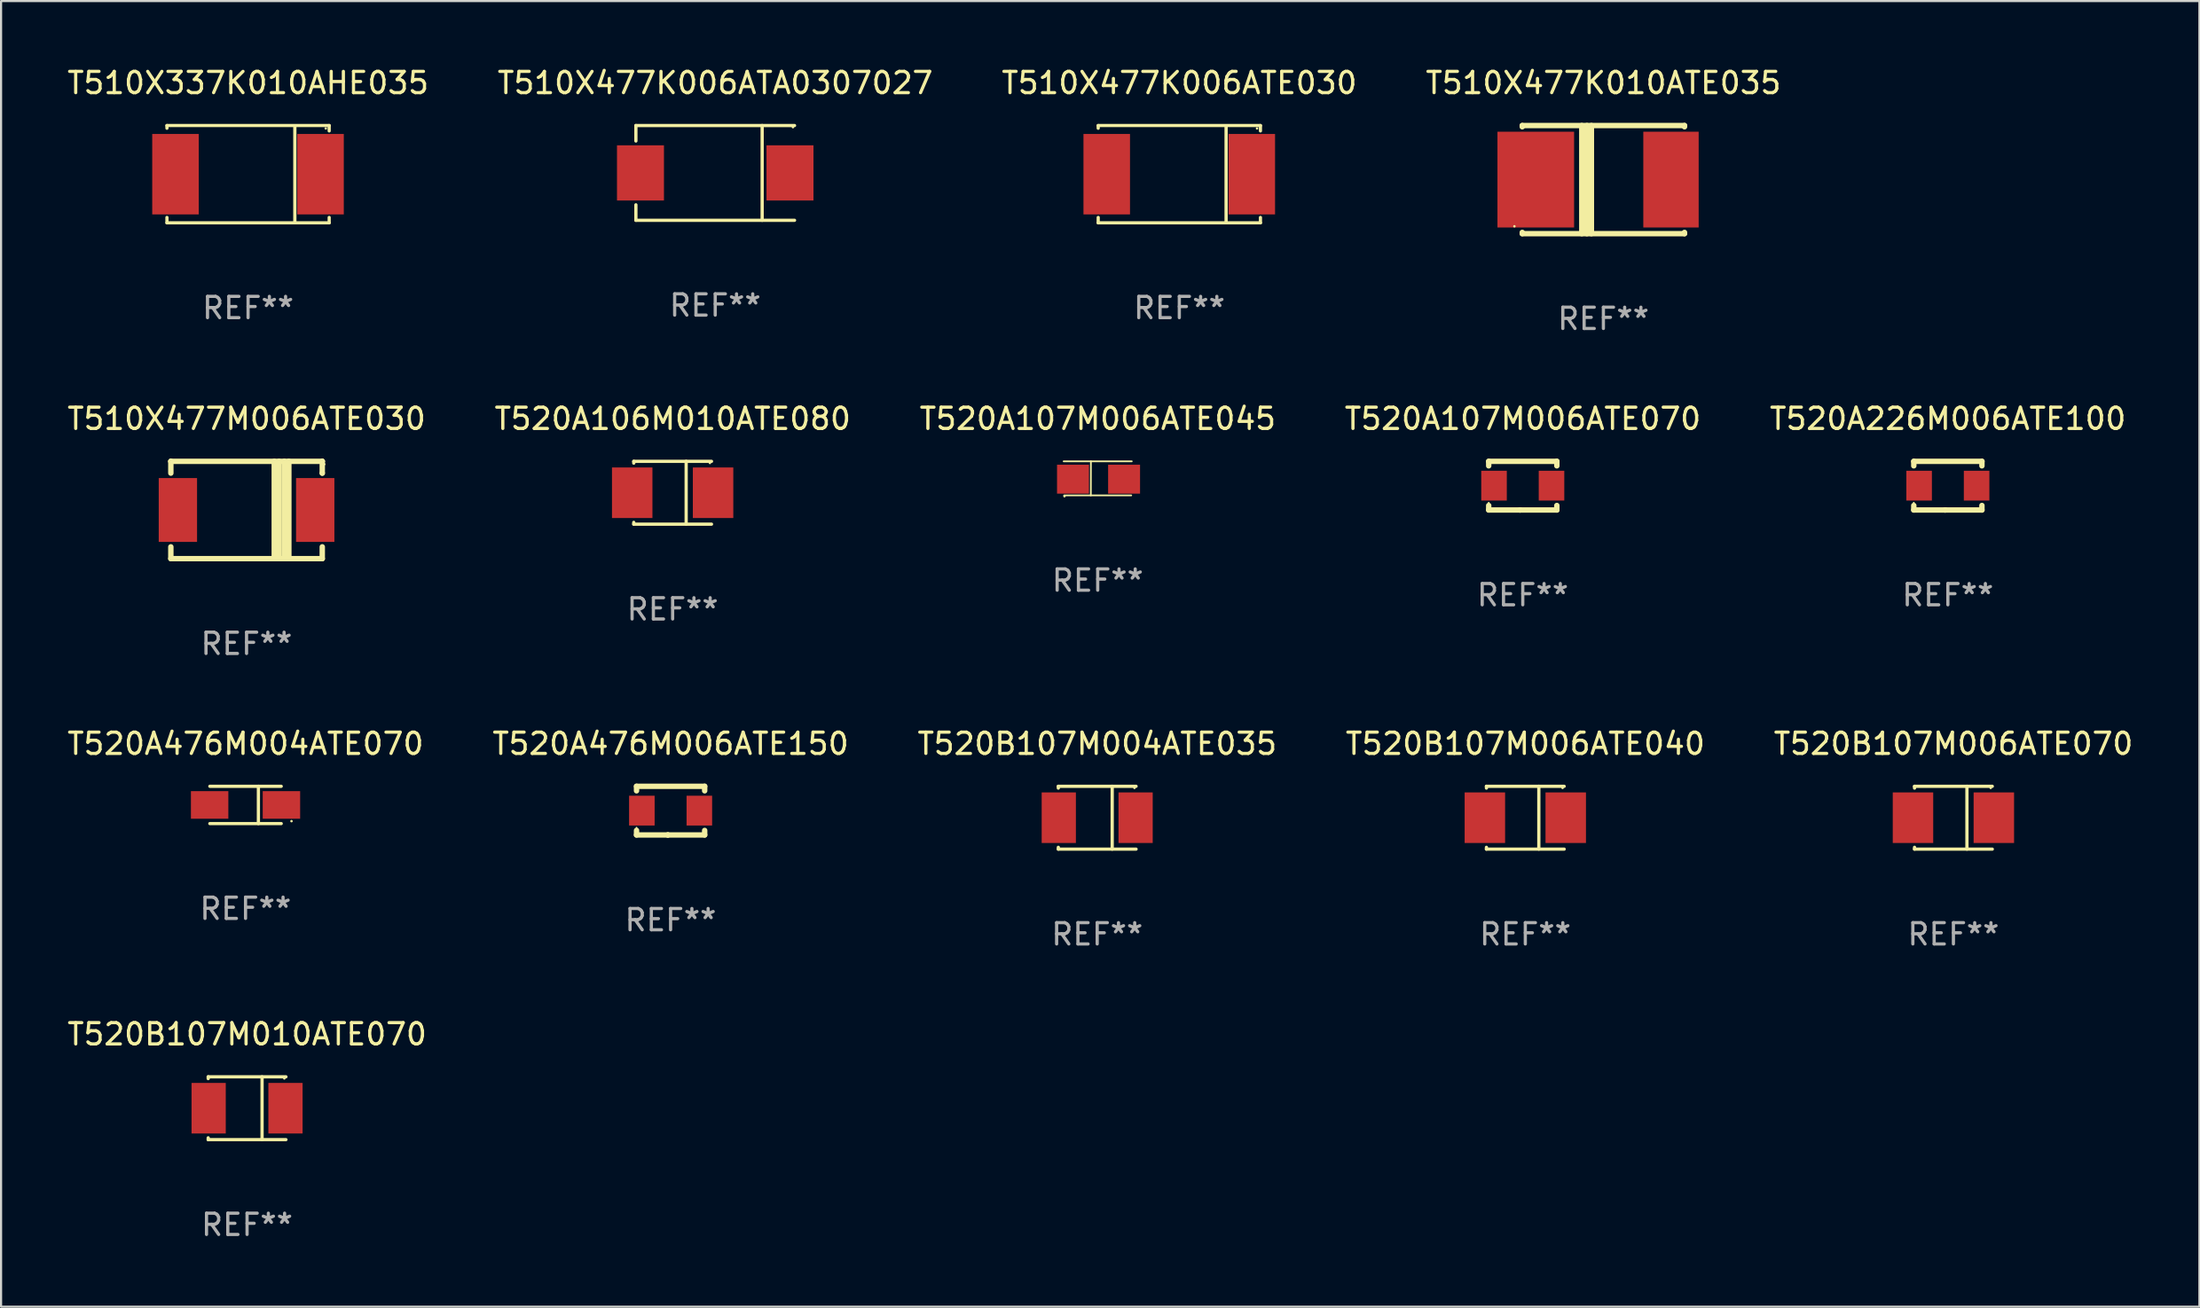
<source format=kicad_pcb>
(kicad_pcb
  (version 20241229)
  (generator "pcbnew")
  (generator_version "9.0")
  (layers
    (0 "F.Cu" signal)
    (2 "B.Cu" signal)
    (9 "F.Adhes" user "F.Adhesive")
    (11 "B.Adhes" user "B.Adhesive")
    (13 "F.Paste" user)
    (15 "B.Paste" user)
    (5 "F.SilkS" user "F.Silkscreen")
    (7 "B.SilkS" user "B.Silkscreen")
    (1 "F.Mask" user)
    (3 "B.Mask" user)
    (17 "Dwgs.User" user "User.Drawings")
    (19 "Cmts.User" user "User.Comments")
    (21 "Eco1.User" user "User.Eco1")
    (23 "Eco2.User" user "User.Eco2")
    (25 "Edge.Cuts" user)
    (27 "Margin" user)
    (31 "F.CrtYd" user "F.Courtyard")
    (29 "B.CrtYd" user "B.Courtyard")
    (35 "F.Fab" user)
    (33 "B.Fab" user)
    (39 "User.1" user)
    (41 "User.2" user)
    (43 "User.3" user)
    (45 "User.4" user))
  (footprint "T520A107M006ATE070"
    (layer "F.Cu")
    (at 68.47 19.768)
    (property "Reference" "T520A107M006ATE070" (at 0 -3.143 0) (layer "F.SilkS") (effects (font (size 1 1) (thickness 0.15))))
    (attr through_hole)
    (fp_line (start -1.6 1.143) (end -0.128 1.143) (stroke (width 0.254) (type solid)) (layer "F.SilkS"))
    (fp_line (start -1.6 -1.143) (end -1.6 -0.931) (stroke (width 0.254) (type solid)) (layer "F.SilkS"))
    (fp_line (start -1.6 -1.143) (end 1.6 -1.143) (stroke (width 0.254) (type solid)) (layer "F.SilkS"))
    (fp_line (start -1.6 0.931) (end -1.6 1.143) (stroke (width 0.254) (type solid)) (layer "F.SilkS"))
    (fp_line (start -0.128 1.143) (end -0.128 1.143) (stroke (width 0.254) (type solid)) (layer "F.SilkS"))
    (fp_line (start -0.128 1.143) (end 1.6 1.143) (stroke (width 0.254) (type solid)) (layer "F.SilkS"))
    (fp_line (start 1.6 -1.143) (end 1.6 -0.931) (stroke (width 0.254) (type solid)) (layer "F.SilkS"))
    (fp_line (start 1.6 0.931) (end 1.6 1.143) (stroke (width 0.254) (type solid)) (layer "F.SilkS"))
    (fp_circle (center -1.6 0.8) (end -1.58 0.8) (stroke (width 0.04) (type solid)) (fill no) (layer "F.SilkS"))
    (fp_text user "REF**" (at 0 5.143 0) (layer "F.Fab") (effects (font (size 1 1) (thickness 0.15))))
    (pad "1" smd rect (at -1.35 0) (size 1.2 1.4) (layers "F.Cu" "F.Mask" "F.Paste"))
    (pad "2" smd rect (at 1.35 0) (size 1.2 1.4) (layers "F.Cu" "F.Mask" "F.Paste")))
  (footprint "T520B107M004ATE035"
    (layer "F.Cu")
    (at 48.482 35.369)
    (property "Reference" "T520B107M004ATE035" (at 0 -3.476 0) (layer "F.SilkS") (effects (font (size 1 1) (thickness 0.15))))
    (attr through_hole)
    (fp_line (start -1.826 -1.476) (end -1.826 -1.391) (stroke (width 0.152) (type solid)) (layer "F.SilkS"))
    (fp_line (start -1.826 -1.476) (end 1.826 -1.476) (stroke (width 0.152) (type solid)) (layer "F.SilkS"))
    (fp_line (start -1.826 1.476) (end -1.826 1.391) (stroke (width 0.152) (type solid)) (layer "F.SilkS"))
    (fp_line (start -1.826 1.476) (end 1.826 1.476) (stroke (width 0.152) (type solid)) (layer "F.SilkS"))
    (fp_line (start 0.704 -1.476) (end 0.704 1.476) (stroke (width 0.152) (type solid)) (layer "F.SilkS"))
    (fp_circle (center 1.75 -1.4) (end 1.78 -1.4) (stroke (width 0.06) (type solid)) (fill no) (layer "F.SilkS"))
    (fp_text user "REF**" (at 0 5.476 0) (layer "F.Fab") (effects (font (size 1 1) (thickness 0.15))))
    (pad "1" smd rect (at 1.804 0) (size 1.607 2.376) (layers "F.Cu" "F.Mask" "F.Paste"))
    (pad "2" smd rect (at -1.804 0) (size 1.607 2.376) (layers "F.Cu" "F.Mask" "F.Paste")))
  (footprint "T510X477K006ATA0307027"
    (layer "F.Cu")
    (at 30.542 5.074)
    (property "Reference" "T510X477K006ATA0307027" (at 0 -4.226 0) (layer "F.SilkS") (effects (font (size 1 1) (thickness 0.15))))
    (attr through_hole)
    (fp_line (start -3.726 -2.226) (end -3.726 -1.499) (stroke (width 0.152) (type solid)) (layer "F.SilkS"))
    (fp_line (start -3.726 -2.226) (end 3.726 -2.226) (stroke (width 0.152) (type solid)) (layer "F.SilkS"))
    (fp_line (start -3.726 2.226) (end -3.726 1.499) (stroke (width 0.152) (type solid)) (layer "F.SilkS"))
    (fp_line (start -3.726 2.226) (end 3.726 2.226) (stroke (width 0.152) (type solid)) (layer "F.SilkS"))
    (fp_line (start 2.204 -2.226) (end 2.204 2.226) (stroke (width 0.152) (type solid)) (layer "F.SilkS"))
    (fp_circle (center 3.65 -2.15) (end 3.68 -2.15) (stroke (width 0.06) (type solid)) (fill no) (layer "F.SilkS"))
    (fp_text user "REF**" (at 0 6.226 0) (layer "F.Fab") (effects (font (size 1 1) (thickness 0.15))))
    (pad "1" smd rect (at 3.511 0) (size 2.207 2.592) (layers "F.Cu" "F.Mask" "F.Paste"))
    (pad "2" smd rect (at -3.511 0) (size 2.207 2.592) (layers "F.Cu" "F.Mask" "F.Paste")))
  (footprint "T520A476M004ATE070"
    (layer "F.Cu")
    (at 8.482 34.769)
    (property "Reference" "T520A476M004ATE070" (at 0 -2.876 0) (layer "F.SilkS") (effects (font (size 1 1) (thickness 0.15))))
    (attr through_hole)
    (fp_line (start -1.676 -0.876) (end 1.676 -0.876) (stroke (width 0.152) (type solid)) (layer "F.SilkS"))
    (fp_line (start -1.676 0.876) (end 1.676 0.876) (stroke (width 0.152) (type solid)) (layer "F.SilkS"))
    (fp_line (start 0.604 -0.876) (end 0.604 0.876) (stroke (width 0.152) (type solid)) (layer "F.SilkS"))
    (fp_circle (center 2.159 0.762) (end 2.189 0.762) (stroke (width 0.06) (type solid)) (fill no) (layer "F.SilkS"))
    (fp_text user "REF**" (at 0 4.876 0) (layer "F.Fab") (effects (font (size 1 1) (thickness 0.15))))
    (pad "1" smd rect (at 1.686 0) (size 1.758 1.296) (layers "F.Cu" "F.Mask" "F.Paste"))
    (pad "2" smd rect (at -1.686 0) (size 1.758 1.296) (layers "F.Cu" "F.Mask" "F.Paste")))
  (footprint "T520B107M006ATE040"
    (layer "F.Cu")
    (at 68.589 35.369)
    (property "Reference" "T520B107M006ATE040" (at 0 -3.476 0) (layer "F.SilkS") (effects (font (size 1 1) (thickness 0.15))))
    (attr through_hole)
    (fp_line (start -1.826 -1.476) (end -1.826 -1.391) (stroke (width 0.152) (type solid)) (layer "F.SilkS"))
    (fp_line (start -1.826 -1.476) (end 1.826 -1.476) (stroke (width 0.152) (type solid)) (layer "F.SilkS"))
    (fp_line (start -1.826 1.476) (end -1.826 1.391) (stroke (width 0.152) (type solid)) (layer "F.SilkS"))
    (fp_line (start -1.826 1.476) (end 1.826 1.476) (stroke (width 0.152) (type solid)) (layer "F.SilkS"))
    (fp_line (start 0.635 -1.476) (end 0.635 1.476) (stroke (width 0.152) (type solid)) (layer "F.SilkS"))
    (fp_circle (center 1.75 -1.4) (end 1.78 -1.4) (stroke (width 0.06) (type solid)) (fill no) (layer "F.SilkS"))
    (fp_text user "REF**" (at 0 5.476 0) (layer "F.Fab") (effects (font (size 1 1) (thickness 0.15))))
    (pad "1" smd rect (at 1.899 0) (size 1.9 2.376) (layers "F.Cu" "F.Mask" "F.Paste"))
    (pad "2" smd rect (at -1.899 0) (size 1.9 2.376) (layers "F.Cu" "F.Mask" "F.Paste")))
  (footprint "T510X477M006ATE030"
    (layer "F.Cu")
    (at 8.53 20.911)
    (property "Reference" "T510X477M006ATE030" (at 0 -4.286 0) (layer "F.SilkS") (effects (font (size 1 1) (thickness 0.15))))
    (attr through_hole)
    (fp_line (start -3.556 -2.286) (end -3.556 -2.286) (stroke (width 0.254) (type solid)) (layer "F.SilkS"))
    (fp_line (start -3.556 -2.286) (end 3.556 -2.286) (stroke (width 0.254) (type solid)) (layer "F.SilkS"))
    (fp_line (start -3.556 -1.731) (end -3.556 -2.286) (stroke (width 0.254) (type solid)) (layer "F.SilkS"))
    (fp_line (start -3.556 2.286) (end -3.556 1.731) (stroke (width 0.254) (type solid)) (layer "F.SilkS"))
    (fp_line (start 1.301 2.286) (end 1.301 -2.286) (stroke (width 0.254) (type solid)) (layer "F.SilkS"))
    (fp_line (start 1.529 -2.286) (end 1.529 2.286) (stroke (width 0.254) (type solid)) (layer "F.SilkS"))
    (fp_line (start 1.77 2.286) (end 1.77 -2.286) (stroke (width 0.254) (type solid)) (layer "F.SilkS"))
    (fp_line (start 1.986 -2.286) (end 1.986 2.286) (stroke (width 0.254) (type solid)) (layer "F.SilkS"))
    (fp_line (start 3.556 -2.286) (end 3.556 -2.286) (stroke (width 0.254) (type solid)) (layer "F.SilkS"))
    (fp_line (start 3.556 -2.286) (end 3.556 -1.732) (stroke (width 0.254) (type solid)) (layer "F.SilkS"))
    (fp_line (start 3.556 -1.732) (end 3.556 -1.731) (stroke (width 0.254) (type solid)) (layer "F.SilkS"))
    (fp_line (start 3.556 1.731) (end 3.556 2.286) (stroke (width 0.254) (type solid)) (layer "F.SilkS"))
    (fp_line (start 3.556 2.286) (end -3.556 2.286) (stroke (width 0.254) (type solid)) (layer "F.SilkS"))
    (fp_circle (center 3.65 -2.15) (end 3.68 -2.15) (stroke (width 0.06) (type solid)) (fill no) (layer "F.SilkS"))
    (fp_text user "REF**" (at 0 6.286 0) (layer "F.Fab") (effects (font (size 1 1) (thickness 0.15))))
    (pad "1" smd rect (at 3.225 0) (size 1.8 3) (layers "F.Cu" "F.Mask" "F.Paste"))
    (pad "2" smd rect (at -3.225 0) (size 1.8 3) (layers "F.Cu" "F.Mask" "F.Paste")))
  (footprint "T510X477K006ATE030"
    (layer "F.Cu")
    (at 52.339 5.134)
    (property "Reference" "T510X477K006ATE030" (at 0 -4.286 0) (layer "F.SilkS") (effects (font (size 1 1) (thickness 0.15))))
    (attr through_hole)
    (fp_line (start -3.81 -2.286) (end -3.81 -2.159) (stroke (width 0.15) (type solid)) (layer "F.SilkS"))
    (fp_line (start -3.81 2.032) (end -3.81 2.286) (stroke (width 0.15) (type solid)) (layer "F.SilkS"))
    (fp_line (start -3.81 2.286) (end 3.81 2.286) (stroke (width 0.15) (type solid)) (layer "F.SilkS"))
    (fp_line (start 2.197 -2.226) (end 2.197 2.226) (stroke (width 0.152) (type solid)) (layer "F.SilkS"))
    (fp_line (start 3.81 -2.286) (end -3.81 -2.286) (stroke (width 0.15) (type solid)) (layer "F.SilkS"))
    (fp_line (start 3.81 -2.032) (end 3.81 -2.286) (stroke (width 0.15) (type solid)) (layer "F.SilkS"))
    (fp_line (start 3.81 2.286) (end 3.81 2.032) (stroke (width 0.15) (type solid)) (layer "F.SilkS"))
    (fp_circle (center 3.65 -2.15) (end 3.68 -2.15) (stroke (width 0.06) (type solid)) (fill no) (layer "F.SilkS"))
    (fp_text user "REF**" (at 0 6.286 0) (layer "F.Fab") (effects (font (size 1 1) (thickness 0.15))))
    (pad "1" smd rect (at 3.404 0 180) (size 2.185 3.78) (layers "F.Cu" "F.Mask" "F.Paste"))
    (pad "2" smd rect (at -3.409 0 180) (size 2.185 3.78) (layers "F.Cu" "F.Mask" "F.Paste")))
  (footprint "T520A107M006ATE045"
    (layer "F.Cu")
    (at 48.506 19.425)
    (property "Reference" "T520A107M006ATE045" (at 0 -2.8 0) (layer "F.SilkS") (effects (font (size 1 1) (thickness 0.15))))
    (attr through_hole)
    (fp_line (start -1.6 -0.8) (end 1.6 -0.8) (stroke (width 0.08) (type solid)) (layer "F.SilkS"))
    (fp_line (start -1.575 0.8) (end 1.575 0.8) (stroke (width 0.08) (type solid)) (layer "F.SilkS"))
    (fp_line (start -0.323 0.8) (end -0.32 -0.8) (stroke (width 0.08) (type solid)) (layer "F.SilkS"))
    (fp_circle (center -1.561 0.838) (end -1.531 0.838) (stroke (width 0.06) (type solid)) (fill no) (layer "F.SilkS"))
    (fp_text user "REF**" (at 0 4.8 0) (layer "F.Fab") (effects (font (size 1 1) (thickness 0.15))))
    (pad "1" smd rect (at -1.161 0.038) (size 1.5 1.359) (layers "F.Cu" "F.Mask" "F.Paste"))
    (pad "2" smd rect (at 1.239 0.038) (size 1.5 1.359) (layers "F.Cu" "F.Mask" "F.Paste")))
  (footprint "T520A106M010ATE080"
    (layer "F.Cu")
    (at 28.542 20.101)
    (property "Reference" "T520A106M010ATE080" (at 0 -3.476 0) (layer "F.SilkS") (effects (font (size 1 1) (thickness 0.15))))
    (attr through_hole)
    (fp_line (start -1.826 -1.476) (end -1.826 -1.391) (stroke (width 0.152) (type solid)) (layer "F.SilkS"))
    (fp_line (start -1.826 -1.476) (end 1.826 -1.476) (stroke (width 0.152) (type solid)) (layer "F.SilkS"))
    (fp_line (start -1.826 1.476) (end -1.826 1.391) (stroke (width 0.152) (type solid)) (layer "F.SilkS"))
    (fp_line (start -1.826 1.476) (end 1.826 1.476) (stroke (width 0.152) (type solid)) (layer "F.SilkS"))
    (fp_line (start 0.635 -1.476) (end 0.635 1.476) (stroke (width 0.152) (type solid)) (layer "F.SilkS"))
    (fp_circle (center 1.75 -1.4) (end 1.78 -1.4) (stroke (width 0.06) (type solid)) (fill no) (layer "F.SilkS"))
    (fp_text user "REF**" (at 0 5.476 0) (layer "F.Fab") (effects (font (size 1 1) (thickness 0.15))))
    (pad "1" smd rect (at 1.899 0) (size 1.9 2.376) (layers "F.Cu" "F.Mask" "F.Paste"))
    (pad "2" smd rect (at -1.899 0) (size 1.9 2.376) (layers "F.Cu" "F.Mask" "F.Paste")))
  (footprint "T520B107M010ATE070"
    (layer "F.Cu")
    (at 8.554 49.018)
    (property "Reference" "T520B107M010ATE070" (at 0 -3.476 0) (layer "F.SilkS") (effects (font (size 1 1) (thickness 0.15))))
    (attr through_hole)
    (fp_line (start -1.826 -1.476) (end -1.826 -1.391) (stroke (width 0.152) (type solid)) (layer "F.SilkS"))
    (fp_line (start -1.826 -1.476) (end 1.826 -1.476) (stroke (width 0.152) (type solid)) (layer "F.SilkS"))
    (fp_line (start -1.826 1.476) (end -1.826 1.391) (stroke (width 0.152) (type solid)) (layer "F.SilkS"))
    (fp_line (start -1.826 1.476) (end 1.826 1.476) (stroke (width 0.152) (type solid)) (layer "F.SilkS"))
    (fp_line (start 0.704 -1.476) (end 0.704 1.476) (stroke (width 0.152) (type solid)) (layer "F.SilkS"))
    (fp_circle (center 1.75 -1.4) (end 1.78 -1.4) (stroke (width 0.06) (type solid)) (fill no) (layer "F.SilkS"))
    (fp_text user "REF**" (at 0 5.476 0) (layer "F.Fab") (effects (font (size 1 1) (thickness 0.15))))
    (pad "1" smd rect (at 1.804 0) (size 1.607 2.376) (layers "F.Cu" "F.Mask" "F.Paste"))
    (pad "2" smd rect (at -1.804 0) (size 1.607 2.376) (layers "F.Cu" "F.Mask" "F.Paste")))
  (footprint "T510X477K010ATE035"
    (layer "F.Cu")
    (at 72.256 5.388)
    (property "Reference" "T510X477K010ATE035" (at 0 -4.54 0) (layer "F.SilkS") (effects (font (size 1 1) (thickness 0.15))))
    (attr through_hole)
    (fp_line (start -3.81 -2.54) (end -3.81 -2.481) (stroke (width 0.254) (type solid)) (layer "F.SilkS"))
    (fp_line (start -3.81 -2.54) (end 3.81 -2.54) (stroke (width 0.254) (type solid)) (layer "F.SilkS"))
    (fp_line (start -3.81 2.481) (end -3.81 2.54) (stroke (width 0.254) (type solid)) (layer "F.SilkS"))
    (fp_line (start -3.81 2.54) (end 3.81 2.54) (stroke (width 0.254) (type solid)) (layer "F.SilkS"))
    (fp_line (start -1.014 -2.54) (end -1.014 2.54) (stroke (width 0.254) (type solid)) (layer "F.SilkS"))
    (fp_line (start -0.774 -2.54) (end -0.774 2.54) (stroke (width 0.254) (type solid)) (layer "F.SilkS"))
    (fp_line (start -0.563 -2.54) (end -0.563 2.54) (stroke (width 0.254) (type solid)) (layer "F.SilkS"))
    (fp_line (start 3.81 -2.481) (end 3.81 -2.54) (stroke (width 0.254) (type solid)) (layer "F.SilkS"))
    (fp_line (start 3.81 2.54) (end 3.81 2.481) (stroke (width 0.254) (type solid)) (layer "F.SilkS"))
    (fp_circle (center -4.179 2.194) (end -4.149 2.194) (stroke (width 0.06) (type solid)) (fill no) (layer "F.SilkS"))
    (fp_text user "REF**" (at 0 6.54 0) (layer "F.Fab") (effects (font (size 1 1) (thickness 0.15))))
    (pad "1" smd rect (at -3.175 0.000076) (size 3.6 4.5) (layers "F.Cu" "F.Mask" "F.Paste"))
    (pad "2" smd rect (at 3.175 0.000076) (size 2.6 4.5) (layers "F.Cu" "F.Mask" "F.Paste")))
  (footprint "T520A226M006ATE100"
    (layer "F.Cu")
    (at 88.435 19.768)
    (property "Reference" "T520A226M006ATE100" (at 0 -3.143 0) (layer "F.SilkS") (effects (font (size 1 1) (thickness 0.15))))
    (attr through_hole)
    (fp_line (start -1.6 1.143) (end -0.128 1.143) (stroke (width 0.254) (type solid)) (layer "F.SilkS"))
    (fp_line (start -1.6 -1.143) (end -1.6 -0.931) (stroke (width 0.254) (type solid)) (layer "F.SilkS"))
    (fp_line (start -1.6 -1.143) (end 1.6 -1.143) (stroke (width 0.254) (type solid)) (layer "F.SilkS"))
    (fp_line (start -1.6 0.931) (end -1.6 1.143) (stroke (width 0.254) (type solid)) (layer "F.SilkS"))
    (fp_line (start -0.128 1.143) (end -0.128 1.143) (stroke (width 0.254) (type solid)) (layer "F.SilkS"))
    (fp_line (start -0.128 1.143) (end 1.6 1.143) (stroke (width 0.254) (type solid)) (layer "F.SilkS"))
    (fp_line (start 1.6 -1.143) (end 1.6 -0.931) (stroke (width 0.254) (type solid)) (layer "F.SilkS"))
    (fp_line (start 1.6 0.931) (end 1.6 1.143) (stroke (width 0.254) (type solid)) (layer "F.SilkS"))
    (fp_circle (center -1.6 0.8) (end -1.58 0.8) (stroke (width 0.04) (type solid)) (fill no) (layer "F.SilkS"))
    (fp_text user "REF**" (at 0 5.143 0) (layer "F.Fab") (effects (font (size 1 1) (thickness 0.15))))
    (pad "1" smd rect (at -1.35 0) (size 1.2 1.4) (layers "F.Cu" "F.Mask" "F.Paste"))
    (pad "2" smd rect (at 1.35 0) (size 1.2 1.4) (layers "F.Cu" "F.Mask" "F.Paste")))
  (footprint "T520A476M006ATE150"
    (layer "F.Cu")
    (at 28.446 35.036)
    (property "Reference" "T520A476M006ATE150" (at 0 -3.143 0) (layer "F.SilkS") (effects (font (size 1 1) (thickness 0.15))))
    (attr through_hole)
    (fp_line (start -1.6 1.143) (end -0.128 1.143) (stroke (width 0.254) (type solid)) (layer "F.SilkS"))
    (fp_line (start -1.6 -1.143) (end -1.6 -0.931) (stroke (width 0.254) (type solid)) (layer "F.SilkS"))
    (fp_line (start -1.6 -1.143) (end 1.6 -1.143) (stroke (width 0.254) (type solid)) (layer "F.SilkS"))
    (fp_line (start -1.6 0.931) (end -1.6 1.143) (stroke (width 0.254) (type solid)) (layer "F.SilkS"))
    (fp_line (start -0.128 1.143) (end -0.128 1.143) (stroke (width 0.254) (type solid)) (layer "F.SilkS"))
    (fp_line (start -0.128 1.143) (end 1.6 1.143) (stroke (width 0.254) (type solid)) (layer "F.SilkS"))
    (fp_line (start 1.6 -1.143) (end 1.6 -0.931) (stroke (width 0.254) (type solid)) (layer "F.SilkS"))
    (fp_line (start 1.6 0.931) (end 1.6 1.143) (stroke (width 0.254) (type solid)) (layer "F.SilkS"))
    (fp_circle (center -1.6 0.8) (end -1.58 0.8) (stroke (width 0.04) (type solid)) (fill no) (layer "F.SilkS"))
    (fp_text user "REF**" (at 0 5.143 0) (layer "F.Fab") (effects (font (size 1 1) (thickness 0.15))))
    (pad "1" smd rect (at -1.35 0) (size 1.2 1.4) (layers "F.Cu" "F.Mask" "F.Paste"))
    (pad "2" smd rect (at 1.35 0) (size 1.2 1.4) (layers "F.Cu" "F.Mask" "F.Paste")))
  (footprint "T520B107M006ATE070"
    (layer "F.Cu")
    (at 88.696 35.369)
    (property "Reference" "T520B107M006ATE070" (at 0 -3.476 0) (layer "F.SilkS") (effects (font (size 1 1) (thickness 0.15))))
    (attr through_hole)
    (fp_line (start -1.826 -1.476) (end -1.826 -1.391) (stroke (width 0.152) (type solid)) (layer "F.SilkS"))
    (fp_line (start -1.826 -1.476) (end 1.826 -1.476) (stroke (width 0.152) (type solid)) (layer "F.SilkS"))
    (fp_line (start -1.826 1.476) (end -1.826 1.391) (stroke (width 0.152) (type solid)) (layer "F.SilkS"))
    (fp_line (start -1.826 1.476) (end 1.826 1.476) (stroke (width 0.152) (type solid)) (layer "F.SilkS"))
    (fp_line (start 0.635 -1.476) (end 0.635 1.476) (stroke (width 0.152) (type solid)) (layer "F.SilkS"))
    (fp_circle (center 1.75 -1.4) (end 1.78 -1.4) (stroke (width 0.06) (type solid)) (fill no) (layer "F.SilkS"))
    (fp_text user "REF**" (at 0 5.476 0) (layer "F.Fab") (effects (font (size 1 1) (thickness 0.15))))
    (pad "1" smd rect (at 1.899 0) (size 1.9 2.376) (layers "F.Cu" "F.Mask" "F.Paste"))
    (pad "2" smd rect (at -1.899 0) (size 1.9 2.376) (layers "F.Cu" "F.Mask" "F.Paste")))
  (footprint "T510X337K010AHE035"
    (layer "F.Cu")
    (at 8.601 5.134)
    (property "Reference" "T510X337K010AHE035" (at 0 -4.286 0) (layer "F.SilkS") (effects (font (size 1 1) (thickness 0.15))))
    (attr through_hole)
    (fp_line (start -3.81 -2.286) (end -3.81 -2.159) (stroke (width 0.15) (type solid)) (layer "F.SilkS"))
    (fp_line (start -3.81 2.032) (end -3.81 2.286) (stroke (width 0.15) (type solid)) (layer "F.SilkS"))
    (fp_line (start -3.81 2.286) (end 3.81 2.286) (stroke (width 0.15) (type solid)) (layer "F.SilkS"))
    (fp_line (start 2.197 -2.226) (end 2.197 2.226) (stroke (width 0.152) (type solid)) (layer "F.SilkS"))
    (fp_line (start 3.81 -2.286) (end -3.81 -2.286) (stroke (width 0.15) (type solid)) (layer "F.SilkS"))
    (fp_line (start 3.81 -2.032) (end 3.81 -2.286) (stroke (width 0.15) (type solid)) (layer "F.SilkS"))
    (fp_line (start 3.81 2.286) (end 3.81 2.032) (stroke (width 0.15) (type solid)) (layer "F.SilkS"))
    (fp_circle (center 3.65 -2.15) (end 3.68 -2.15) (stroke (width 0.06) (type solid)) (fill no) (layer "F.SilkS"))
    (fp_text user "REF**" (at 0 6.286 0) (layer "F.Fab") (effects (font (size 1 1) (thickness 0.15))))
    (pad "1" smd rect (at 3.404 0 180) (size 2.185 3.78) (layers "F.Cu" "F.Mask" "F.Paste"))
    (pad "2" smd rect (at -3.409 0 180) (size 2.185 3.78) (layers "F.Cu" "F.Mask" "F.Paste")))
  (gr_rect
    (start -3 -3)
    (end 100.25 58.343)
    (stroke (width 0.1) (type default))
    (fill no)
    (layer "Edge.Cuts")))
</source>
